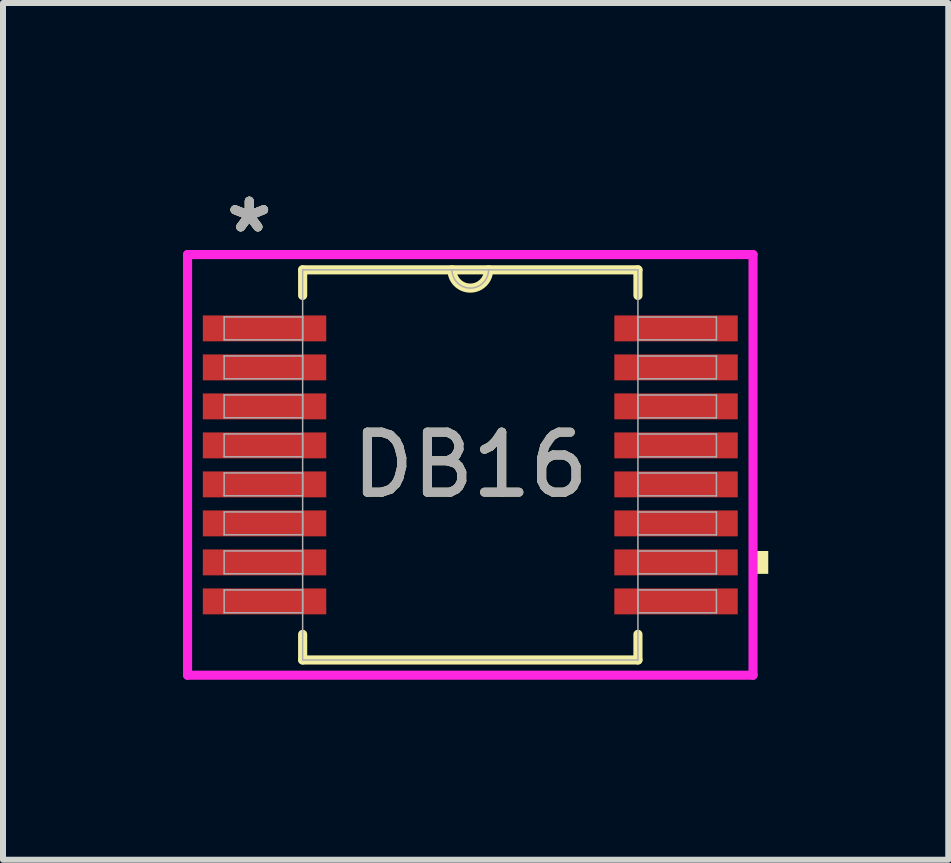
<source format=kicad_pcb>
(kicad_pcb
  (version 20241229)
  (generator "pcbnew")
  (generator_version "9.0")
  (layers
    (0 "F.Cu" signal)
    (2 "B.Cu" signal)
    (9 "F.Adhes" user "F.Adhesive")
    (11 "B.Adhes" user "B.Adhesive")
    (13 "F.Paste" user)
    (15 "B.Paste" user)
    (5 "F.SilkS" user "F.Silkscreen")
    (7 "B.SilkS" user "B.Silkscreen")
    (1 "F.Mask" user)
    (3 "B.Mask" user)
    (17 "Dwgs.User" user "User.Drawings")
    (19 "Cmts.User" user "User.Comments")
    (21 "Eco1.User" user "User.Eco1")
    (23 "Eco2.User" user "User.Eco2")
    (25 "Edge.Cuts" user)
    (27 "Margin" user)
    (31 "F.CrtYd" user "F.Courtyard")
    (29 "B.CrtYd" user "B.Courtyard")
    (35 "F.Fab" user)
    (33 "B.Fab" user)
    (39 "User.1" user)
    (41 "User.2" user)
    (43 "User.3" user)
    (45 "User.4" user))
  (footprint "DB16"
    (layer "F.Cu")
    (at 4.788 4.698)
    (property "Reference" "DB16" (at 0 0 0) (unlocked yes) (layer "F.SilkS") (effects (font (size 1 1) (thickness 0.15))))
    (attr smd)
    (fp_line (start -2.794 -3.251) (end -2.794 -2.824) (stroke (width 0.152) (type solid)) (layer "F.SilkS"))
    (fp_line (start -2.794 2.824) (end -2.794 3.251) (stroke (width 0.152) (type solid)) (layer "F.SilkS"))
    (fp_line (start -2.794 3.251) (end 2.794 3.251) (stroke (width 0.152) (type solid)) (layer "F.SilkS"))
    (fp_line (start 2.794 -3.251) (end -2.794 -3.251) (stroke (width 0.152) (type solid)) (layer "F.SilkS"))
    (fp_line (start 2.794 -2.824) (end 2.794 -3.251) (stroke (width 0.152) (type solid)) (layer "F.SilkS"))
    (fp_line (start 2.794 3.251) (end 2.794 2.824) (stroke (width 0.152) (type solid)) (layer "F.SilkS"))
    (fp_arc (start 0.3048 -3.2512) (mid 0 -2.9464) (end -0.3048 -3.2512) (stroke (width 0.1524) (type solid)) (layer "F.SilkS"))
    (fp_poly (pts (xy 4.966 1.435) (xy 4.966 1.816) (xy 4.712 1.816) (xy 4.712 1.435)) (stroke (width 0) (type solid)) (fill yes) (layer "F.SilkS"))
    (fp_line (start -4.712 -3.505) (end 4.712 -3.505) (stroke (width 0.152) (type solid)) (layer "F.CrtYd"))
    (fp_line (start -4.712 3.505) (end -4.712 -3.505) (stroke (width 0.152) (type solid)) (layer "F.CrtYd"))
    (fp_line (start 4.712 -3.505) (end 4.712 3.505) (stroke (width 0.152) (type solid)) (layer "F.CrtYd"))
    (fp_line (start 4.712 3.505) (end -4.712 3.505) (stroke (width 0.152) (type solid)) (layer "F.CrtYd"))
    (fp_line (start -4.102 -2.466) (end -4.102 -2.084) (stroke (width 0.025) (type solid)) (layer "F.Fab"))
    (fp_line (start -4.102 -2.084) (end -2.794 -2.084) (stroke (width 0.025) (type solid)) (layer "F.Fab"))
    (fp_line (start -4.102 -1.816) (end -4.102 -1.435) (stroke (width 0.025) (type solid)) (layer "F.Fab"))
    (fp_line (start -4.102 -1.435) (end -2.794 -1.435) (stroke (width 0.025) (type solid)) (layer "F.Fab"))
    (fp_line (start -4.102 -1.166) (end -4.102 -0.785) (stroke (width 0.025) (type solid)) (layer "F.Fab"))
    (fp_line (start -4.102 -0.785) (end -2.794 -0.785) (stroke (width 0.025) (type solid)) (layer "F.Fab"))
    (fp_line (start -4.102 -0.516) (end -4.102 -0.135) (stroke (width 0.025) (type solid)) (layer "F.Fab"))
    (fp_line (start -4.102 -0.135) (end -2.794 -0.135) (stroke (width 0.025) (type solid)) (layer "F.Fab"))
    (fp_line (start -4.102 0.134) (end -4.102 0.515) (stroke (width 0.025) (type solid)) (layer "F.Fab"))
    (fp_line (start -4.102 0.515) (end -2.794 0.515) (stroke (width 0.025) (type solid)) (layer "F.Fab"))
    (fp_line (start -4.102 0.784) (end -4.102 1.165) (stroke (width 0.025) (type solid)) (layer "F.Fab"))
    (fp_line (start -4.102 1.165) (end -2.794 1.165) (stroke (width 0.025) (type solid)) (layer "F.Fab"))
    (fp_line (start -4.102 1.434) (end -4.102 1.815) (stroke (width 0.025) (type solid)) (layer "F.Fab"))
    (fp_line (start -4.102 1.815) (end -2.794 1.815) (stroke (width 0.025) (type solid)) (layer "F.Fab"))
    (fp_line (start -4.102 2.084) (end -4.102 2.465) (stroke (width 0.025) (type solid)) (layer "F.Fab"))
    (fp_line (start -4.102 2.465) (end -2.794 2.465) (stroke (width 0.025) (type solid)) (layer "F.Fab"))
    (fp_line (start -2.794 -3.251) (end -2.794 3.251) (stroke (width 0.025) (type solid)) (layer "F.Fab"))
    (fp_line (start -2.794 -2.466) (end -4.102 -2.466) (stroke (width 0.025) (type solid)) (layer "F.Fab"))
    (fp_line (start -2.794 -2.084) (end -2.794 -2.466) (stroke (width 0.025) (type solid)) (layer "F.Fab"))
    (fp_line (start -2.794 -1.816) (end -4.102 -1.816) (stroke (width 0.025) (type solid)) (layer "F.Fab"))
    (fp_line (start -2.794 -1.435) (end -2.794 -1.816) (stroke (width 0.025) (type solid)) (layer "F.Fab"))
    (fp_line (start -2.794 -1.166) (end -4.102 -1.166) (stroke (width 0.025) (type solid)) (layer "F.Fab"))
    (fp_line (start -2.794 -0.785) (end -2.794 -1.166) (stroke (width 0.025) (type solid)) (layer "F.Fab"))
    (fp_line (start -2.794 -0.516) (end -4.102 -0.516) (stroke (width 0.025) (type solid)) (layer "F.Fab"))
    (fp_line (start -2.794 -0.135) (end -2.794 -0.516) (stroke (width 0.025) (type solid)) (layer "F.Fab"))
    (fp_line (start -2.794 0.134) (end -4.102 0.134) (stroke (width 0.025) (type solid)) (layer "F.Fab"))
    (fp_line (start -2.794 0.515) (end -2.794 0.134) (stroke (width 0.025) (type solid)) (layer "F.Fab"))
    (fp_line (start -2.794 0.784) (end -4.102 0.784) (stroke (width 0.025) (type solid)) (layer "F.Fab"))
    (fp_line (start -2.794 1.165) (end -2.794 0.784) (stroke (width 0.025) (type solid)) (layer "F.Fab"))
    (fp_line (start -2.794 1.434) (end -4.102 1.434) (stroke (width 0.025) (type solid)) (layer "F.Fab"))
    (fp_line (start -2.794 1.815) (end -2.794 1.434) (stroke (width 0.025) (type solid)) (layer "F.Fab"))
    (fp_line (start -2.794 2.084) (end -4.102 2.084) (stroke (width 0.025) (type solid)) (layer "F.Fab"))
    (fp_line (start -2.794 2.465) (end -2.794 2.084) (stroke (width 0.025) (type solid)) (layer "F.Fab"))
    (fp_line (start -2.794 3.251) (end 2.794 3.251) (stroke (width 0.025) (type solid)) (layer "F.Fab"))
    (fp_line (start 2.794 -3.251) (end -2.794 -3.251) (stroke (width 0.025) (type solid)) (layer "F.Fab"))
    (fp_line (start 2.794 -2.465) (end 2.794 -2.084) (stroke (width 0.025) (type solid)) (layer "F.Fab"))
    (fp_line (start 2.794 -2.084) (end 4.102 -2.084) (stroke (width 0.025) (type solid)) (layer "F.Fab"))
    (fp_line (start 2.794 -1.815) (end 2.794 -1.434) (stroke (width 0.025) (type solid)) (layer "F.Fab"))
    (fp_line (start 2.794 -1.434) (end 4.102 -1.434) (stroke (width 0.025) (type solid)) (layer "F.Fab"))
    (fp_line (start 2.794 -1.165) (end 2.794 -0.784) (stroke (width 0.025) (type solid)) (layer "F.Fab"))
    (fp_line (start 2.794 -0.784) (end 4.102 -0.784) (stroke (width 0.025) (type solid)) (layer "F.Fab"))
    (fp_line (start 2.794 -0.515) (end 2.794 -0.134) (stroke (width 0.025) (type solid)) (layer "F.Fab"))
    (fp_line (start 2.794 -0.134) (end 4.102 -0.134) (stroke (width 0.025) (type solid)) (layer "F.Fab"))
    (fp_line (start 2.794 0.135) (end 2.794 0.516) (stroke (width 0.025) (type solid)) (layer "F.Fab"))
    (fp_line (start 2.794 0.516) (end 4.102 0.516) (stroke (width 0.025) (type solid)) (layer "F.Fab"))
    (fp_line (start 2.794 0.785) (end 2.794 1.166) (stroke (width 0.025) (type solid)) (layer "F.Fab"))
    (fp_line (start 2.794 1.166) (end 4.102 1.166) (stroke (width 0.025) (type solid)) (layer "F.Fab"))
    (fp_line (start 2.794 1.435) (end 2.794 1.816) (stroke (width 0.025) (type solid)) (layer "F.Fab"))
    (fp_line (start 2.794 1.816) (end 4.102 1.816) (stroke (width 0.025) (type solid)) (layer "F.Fab"))
    (fp_line (start 2.794 2.084) (end 2.794 2.466) (stroke (width 0.025) (type solid)) (layer "F.Fab"))
    (fp_line (start 2.794 2.466) (end 4.102 2.466) (stroke (width 0.025) (type solid)) (layer "F.Fab"))
    (fp_line (start 2.794 3.251) (end 2.794 -3.251) (stroke (width 0.025) (type solid)) (layer "F.Fab"))
    (fp_line (start 4.102 -2.465) (end 2.794 -2.465) (stroke (width 0.025) (type solid)) (layer "F.Fab"))
    (fp_line (start 4.102 -2.084) (end 4.102 -2.465) (stroke (width 0.025) (type solid)) (layer "F.Fab"))
    (fp_line (start 4.102 -1.815) (end 2.794 -1.815) (stroke (width 0.025) (type solid)) (layer "F.Fab"))
    (fp_line (start 4.102 -1.434) (end 4.102 -1.815) (stroke (width 0.025) (type solid)) (layer "F.Fab"))
    (fp_line (start 4.102 -1.165) (end 2.794 -1.165) (stroke (width 0.025) (type solid)) (layer "F.Fab"))
    (fp_line (start 4.102 -0.784) (end 4.102 -1.165) (stroke (width 0.025) (type solid)) (layer "F.Fab"))
    (fp_line (start 4.102 -0.515) (end 2.794 -0.515) (stroke (width 0.025) (type solid)) (layer "F.Fab"))
    (fp_line (start 4.102 -0.134) (end 4.102 -0.515) (stroke (width 0.025) (type solid)) (layer "F.Fab"))
    (fp_line (start 4.102 0.135) (end 2.794 0.135) (stroke (width 0.025) (type solid)) (layer "F.Fab"))
    (fp_line (start 4.102 0.516) (end 4.102 0.135) (stroke (width 0.025) (type solid)) (layer "F.Fab"))
    (fp_line (start 4.102 0.785) (end 2.794 0.785) (stroke (width 0.025) (type solid)) (layer "F.Fab"))
    (fp_line (start 4.102 1.166) (end 4.102 0.785) (stroke (width 0.025) (type solid)) (layer "F.Fab"))
    (fp_line (start 4.102 1.435) (end 2.794 1.435) (stroke (width 0.025) (type solid)) (layer "F.Fab"))
    (fp_line (start 4.102 1.816) (end 4.102 1.435) (stroke (width 0.025) (type solid)) (layer "F.Fab"))
    (fp_line (start 4.102 2.084) (end 2.794 2.084) (stroke (width 0.025) (type solid)) (layer "F.Fab"))
    (fp_line (start 4.102 2.466) (end 4.102 2.084) (stroke (width 0.025) (type solid)) (layer "F.Fab"))
    (fp_arc (start 0.3048 -3.2512) (mid 0 -2.9464) (end -0.3048 -3.2512) (stroke (width 0.0254) (type solid)) (layer "F.Fab"))
    (fp_text user "*" (at -3.683 -3.85 0) (unlocked yes) (layer "F.SilkS") (effects (font (size 1 1) (thickness 0.15))))
    (fp_text user "*" (at -3.683 -3.85 0) (layer "F.SilkS") (effects (font (size 1 1) (thickness 0.15))))
    (fp_text user "*" (at -3.683 -3.85 0) (unlocked yes) (layer "F.Fab") (effects (font (size 1 1) (thickness 0.15))))
    (fp_text user "*" (at -3.683 -3.85 0) (layer "F.Fab") (effects (font (size 1 1) (thickness 0.15))))
    (fp_text user "${REFERENCE}" (at 0 0 0) (unlocked yes) (layer "F.Fab") (effects (font (size 1 1) (thickness 0.15))))
    (pad "1" smd rect (at -3.429 -2.275) (size 2.057 0.432) (layers "F.Cu" "F.Mask" "F.Paste"))
    (pad "2" smd rect (at -3.429 -1.625) (size 2.057 0.432) (layers "F.Cu" "F.Mask" "F.Paste"))
    (pad "3" smd rect (at -3.429 -0.975) (size 2.057 0.432) (layers "F.Cu" "F.Mask" "F.Paste"))
    (pad "4" smd rect (at -3.429 -0.325) (size 2.057 0.432) (layers "F.Cu" "F.Mask" "F.Paste"))
    (pad "5" smd rect (at -3.429 0.325) (size 2.057 0.432) (layers "F.Cu" "F.Mask" "F.Paste"))
    (pad "6" smd rect (at -3.429 0.975) (size 2.057 0.432) (layers "F.Cu" "F.Mask" "F.Paste"))
    (pad "7" smd rect (at -3.429 1.625) (size 2.057 0.432) (layers "F.Cu" "F.Mask" "F.Paste"))
    (pad "8" smd rect (at -3.429 2.275) (size 2.057 0.432) (layers "F.Cu" "F.Mask" "F.Paste"))
    (pad "9" smd rect (at 3.429 2.275) (size 2.057 0.432) (layers "F.Cu" "F.Mask" "F.Paste"))
    (pad "10" smd rect (at 3.429 1.625) (size 2.057 0.432) (layers "F.Cu" "F.Mask" "F.Paste"))
    (pad "11" smd rect (at 3.429 0.975) (size 2.057 0.432) (layers "F.Cu" "F.Mask" "F.Paste"))
    (pad "12" smd rect (at 3.429 0.325) (size 2.057 0.432) (layers "F.Cu" "F.Mask" "F.Paste"))
    (pad "13" smd rect (at 3.429 -0.325) (size 2.057 0.432) (layers "F.Cu" "F.Mask" "F.Paste"))
    (pad "14" smd rect (at 3.429 -0.975) (size 2.057 0.432) (layers "F.Cu" "F.Mask" "F.Paste"))
    (pad "15" smd rect (at 3.429 -1.625) (size 2.057 0.432) (layers "F.Cu" "F.Mask" "F.Paste"))
    (pad "16" smd rect (at 3.429 -2.275) (size 2.057 0.432) (layers "F.Cu" "F.Mask" "F.Paste")))
  (gr_rect
    (start -3 -3)
    (end 12.754 11.279)
    (stroke (width 0.1) (type default))
    (fill no)
    (layer "Edge.Cuts")))
</source>
